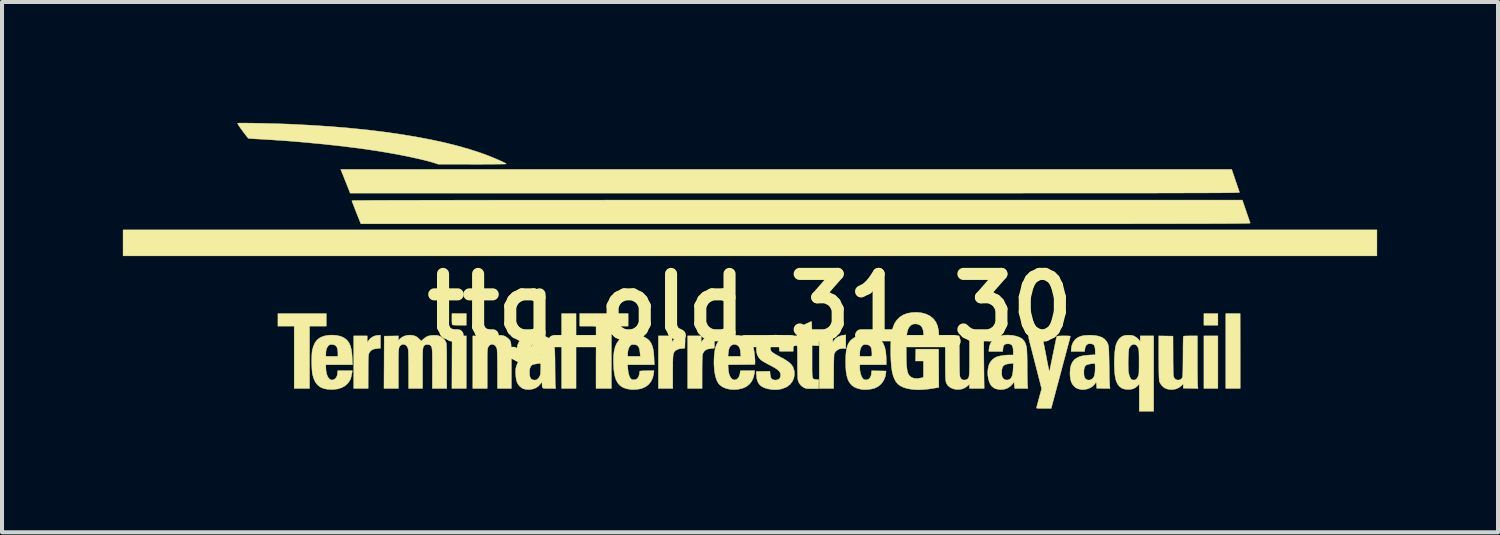
<source format=kicad_pcb>
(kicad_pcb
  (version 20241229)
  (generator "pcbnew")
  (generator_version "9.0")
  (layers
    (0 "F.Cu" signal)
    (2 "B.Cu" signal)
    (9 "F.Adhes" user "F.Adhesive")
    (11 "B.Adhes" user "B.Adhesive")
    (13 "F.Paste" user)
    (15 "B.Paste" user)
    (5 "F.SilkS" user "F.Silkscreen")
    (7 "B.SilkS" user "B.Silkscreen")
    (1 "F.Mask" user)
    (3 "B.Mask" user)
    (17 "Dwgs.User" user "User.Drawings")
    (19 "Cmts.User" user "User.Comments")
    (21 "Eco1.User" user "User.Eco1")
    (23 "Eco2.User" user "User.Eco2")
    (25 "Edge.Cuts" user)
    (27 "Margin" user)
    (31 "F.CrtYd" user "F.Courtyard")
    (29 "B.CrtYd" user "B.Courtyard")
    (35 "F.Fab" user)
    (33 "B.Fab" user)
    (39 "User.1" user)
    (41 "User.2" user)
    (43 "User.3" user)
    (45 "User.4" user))
  (footprint "ttg_old_31_30"
    (layer "F.Cu")
    (at 15.568 4.584)
    (property "Reference" "ttg_old_31_30" (at 0 0 0) (layer "F.SilkS") (effects (font (size 1.524 1.524) (thickness 0.3))))
    (attr through_hole)
    (fp_poly (pts (xy -7.043 2.009) (xy -7.4 2.009) (xy -7.395 0.71) (xy -7.043 0.704) (xy -7.043 2.009)) (stroke (width 0.01) (type solid)) (fill yes) (layer "F.SilkS"))
    (fp_poly (pts (xy -4.318 2.009) (xy -4.676 2.009) (xy -4.676 0.15) (xy -4.318 0.15) (xy -4.318 2.009)) (stroke (width 0.01) (type solid)) (fill yes) (layer "F.SilkS"))
    (fp_poly (pts (xy 11.615 0.439) (xy 11.268 0.439) (xy 11.268 0.15) (xy 11.615 0.15) (xy 11.615 0.439)) (stroke (width 0.01) (type solid)) (fill yes) (layer "F.SilkS"))
    (fp_poly (pts (xy 11.615 2.009) (xy 11.268 2.009) (xy 11.268 0.704) (xy 11.615 0.704) (xy 11.615 2.009)) (stroke (width 0.01) (type solid)) (fill yes) (layer "F.SilkS"))
    (fp_poly (pts (xy 15.563 -1.282) (xy -15.563 -1.282) (xy -15.563 -1.928) (xy 15.563 -1.928) (xy 15.563 -1.282)) (stroke (width 0.01) (type solid)) (fill yes) (layer "F.SilkS"))
    (fp_poly (pts (xy 12.169 1.079) (xy 12.169 2.009) (xy 11.811 2.009) (xy 11.811 0.15) (xy 12.168 0.15) (xy 12.169 1.079)) (stroke (width 0.01) (type solid)) (fill yes) (layer "F.SilkS"))
    (fp_poly (pts (xy -10.518 0.462) (xy -10.934 0.462) (xy -10.934 2.009) (xy -11.315 2.009) (xy -11.315 0.462) (xy -11.719 0.462) (xy -11.719 0.15) (xy -10.518 0.15) (xy -10.518 0.462)) (stroke (width 0.01) (type solid)) (fill yes) (layer "F.SilkS"))
    (fp_poly (pts (xy -7.043 0.439) (xy -7.215 0.439) (xy -7.282 0.438) (xy -7.33 0.437) (xy -7.362 0.435) (xy -7.381 0.431) (xy -7.391 0.425) (xy -7.394 0.42) (xy -7.396 0.402) (xy -7.399 0.366) (xy -7.4 0.318) (xy -7.4 0.276) (xy -7.399 0.15) (xy -7.043 0.15) (xy -7.043 0.439)) (stroke (width 0.01) (type solid)) (fill yes) (layer "F.SilkS"))
    (fp_poly (pts (xy -3.025 0.462) (xy -3.441 0.462) (xy -3.441 2.009) (xy -3.822 2.009) (xy -3.822 1.25) (xy -3.821 1.119) (xy -3.821 0.995) (xy -3.821 0.88) (xy -3.821 0.775) (xy -3.821 0.683) (xy -3.821 0.606) (xy -3.821 0.544) (xy -3.821 0.502) (xy -3.821 0.479) (xy -3.821 0.476) (xy -3.827 0.471) (xy -3.846 0.467) (xy -3.88 0.464) (xy -3.931 0.462) (xy -4.003 0.462) (xy -4.024 0.462) (xy -4.226 0.462) (xy -4.226 0.15) (xy -3.025 0.15) (xy -3.025 0.462)) (stroke (width 0.01) (type solid)) (fill yes) (layer "F.SilkS"))
    (fp_poly (pts (xy -9.173 1.01) (xy -9.255 1.018) (xy -9.329 1.029) (xy -9.385 1.051) (xy -9.426 1.085) (xy -9.455 1.133) (xy -9.462 1.151) (xy -9.467 1.169) (xy -9.47 1.197) (xy -9.473 1.237) (xy -9.475 1.29) (xy -9.477 1.36) (xy -9.478 1.449) (xy -9.478 1.557) (xy -9.478 1.602) (xy -9.479 2.009) (xy -9.837 2.009) (xy -9.837 0.704) (xy -9.502 0.704) (xy -9.502 0.869) (xy -9.464 0.813) (xy -9.414 0.758) (xy -9.349 0.717) (xy -9.275 0.694) (xy -9.236 0.69) (xy -9.173 0.687) (xy -9.173 1.01)) (stroke (width 0.01) (type solid)) (fill yes) (layer "F.SilkS"))
    (fp_poly (pts (xy 2.378 1.016) (xy 2.317 1.016) (xy 2.272 1.019) (xy 2.231 1.025) (xy 2.216 1.029) (xy 2.169 1.054) (xy 2.127 1.091) (xy 2.097 1.135) (xy 2.09 1.154) (xy 2.087 1.175) (xy 2.085 1.216) (xy 2.083 1.275) (xy 2.081 1.347) (xy 2.079 1.431) (xy 2.078 1.523) (xy 2.078 1.602) (xy 2.077 2.009) (xy 1.72 2.009) (xy 1.72 0.704) (xy 2.055 0.704) (xy 2.055 0.86) (xy 2.077 0.826) (xy 2.126 0.767) (xy 2.193 0.723) (xy 2.275 0.694) (xy 2.318 0.686) (xy 2.378 0.678) (xy 2.378 1.016)) (stroke (width 0.01) (type solid)) (fill yes) (layer "F.SilkS"))
    (fp_poly (pts (xy -0.901 0.686) (xy -0.89 0.702) (xy -0.885 0.732) (xy -0.883 0.779) (xy -0.883 0.846) (xy -0.883 1.01) (xy -0.965 1.018) (xy -1.039 1.029) (xy -1.095 1.051) (xy -1.136 1.085) (xy -1.165 1.133) (xy -1.172 1.151) (xy -1.177 1.169) (xy -1.181 1.197) (xy -1.183 1.237) (xy -1.186 1.29) (xy -1.187 1.36) (xy -1.188 1.449) (xy -1.189 1.557) (xy -1.189 1.602) (xy -1.189 2.009) (xy -1.547 2.009) (xy -1.547 0.704) (xy -1.212 0.704) (xy -1.212 0.788) (xy -1.212 0.872) (xy -1.183 0.824) (xy -1.141 0.773) (xy -1.082 0.73) (xy -1.015 0.7) (xy -0.986 0.692) (xy -0.947 0.685) (xy -0.919 0.682) (xy -0.901 0.686)) (stroke (width 0.01) (type solid)) (fill yes) (layer "F.SilkS"))
    (fp_poly (pts (xy -1.62 0.688) (xy -1.617 0.692) (xy -1.614 0.709) (xy -1.612 0.744) (xy -1.611 0.791) (xy -1.612 0.842) (xy -1.614 0.897) (xy -1.615 0.945) (xy -1.616 0.98) (xy -1.616 0.996) (xy -1.62 1.008) (xy -1.635 1.014) (xy -1.666 1.016) (xy -1.683 1.016) (xy -1.747 1.023) (xy -1.805 1.043) (xy -1.851 1.071) (xy -1.861 1.081) (xy -1.875 1.098) (xy -1.887 1.115) (xy -1.896 1.135) (xy -1.903 1.161) (xy -1.908 1.195) (xy -1.912 1.238) (xy -1.914 1.295) (xy -1.916 1.366) (xy -1.916 1.455) (xy -1.917 1.565) (xy -1.917 1.599) (xy -1.917 2.009) (xy -2.274 2.009) (xy -2.274 0.704) (xy -1.941 0.704) (xy -1.937 0.781) (xy -1.934 0.858) (xy -1.905 0.813) (xy -1.86 0.764) (xy -1.798 0.724) (xy -1.725 0.696) (xy -1.699 0.69) (xy -1.657 0.684) (xy -1.633 0.683) (xy -1.62 0.688)) (stroke (width 0.01) (type solid)) (fill yes) (layer "F.SilkS"))
    (fp_poly (pts (xy -6.235 0.688) (xy -6.164 0.691) (xy -6.109 0.702) (xy -6.063 0.724) (xy -6.017 0.757) (xy -6.01 0.763) (xy -5.991 0.78) (xy -5.975 0.795) (xy -5.962 0.812) (xy -5.951 0.831) (xy -5.942 0.854) (xy -5.936 0.885) (xy -5.931 0.925) (xy -5.928 0.976) (xy -5.925 1.039) (xy -5.924 1.118) (xy -5.923 1.214) (xy -5.923 1.329) (xy -5.923 1.452) (xy -5.923 2.009) (xy -6.269 2.009) (xy -6.269 1.548) (xy -6.27 1.422) (xy -6.27 1.31) (xy -6.272 1.214) (xy -6.274 1.136) (xy -6.277 1.077) (xy -6.28 1.039) (xy -6.282 1.028) (xy -6.302 0.976) (xy -6.333 0.939) (xy -6.371 0.918) (xy -6.412 0.913) (xy -6.451 0.927) (xy -6.485 0.958) (xy -6.504 0.993) (xy -6.509 1.007) (xy -6.513 1.025) (xy -6.516 1.05) (xy -6.518 1.083) (xy -6.52 1.127) (xy -6.522 1.185) (xy -6.522 1.257) (xy -6.523 1.347) (xy -6.523 1.457) (xy -6.523 1.524) (xy -6.523 2.009) (xy -6.881 2.009) (xy -6.881 0.704) (xy -6.705 0.707) (xy -6.529 0.71) (xy -6.525 0.765) (xy -6.522 0.82) (xy -6.493 0.786) (xy -6.467 0.762) (xy -6.429 0.736) (xy -6.399 0.719) (xy -6.361 0.703) (xy -6.328 0.693) (xy -6.29 0.688) (xy -6.238 0.688) (xy -6.235 0.688)) (stroke (width 0.01) (type solid)) (fill yes) (layer "F.SilkS"))
    (fp_poly (pts (xy 12.051 -3.155) (xy 12.077 -3.079) (xy 12.101 -3.009) (xy 12.121 -2.949) (xy 12.137 -2.902) (xy 12.148 -2.871) (xy 12.152 -2.86) (xy 12.152 -2.859) (xy 12.15 -2.858) (xy 12.146 -2.857) (xy 12.139 -2.856) (xy 12.13 -2.855) (xy 12.117 -2.854) (xy 12.1 -2.853) (xy 12.079 -2.853) (xy 12.053 -2.852) (xy 12.023 -2.851) (xy 11.986 -2.85) (xy 11.944 -2.85) (xy 11.896 -2.849) (xy 11.84 -2.848) (xy 11.777 -2.848) (xy 11.707 -2.847) (xy 11.628 -2.847) (xy 11.541 -2.846) (xy 11.445 -2.846) (xy 11.34 -2.845) (xy 11.225 -2.845) (xy 11.099 -2.844) (xy 10.963 -2.844) (xy 10.816 -2.844) (xy 10.657 -2.843) (xy 10.486 -2.843) (xy 10.303 -2.843) (xy 10.107 -2.842) (xy 9.898 -2.842) (xy 9.675 -2.842) (xy 9.438 -2.842) (xy 9.186 -2.841) (xy 8.92 -2.841) (xy 8.638 -2.841) (xy 8.34 -2.841) (xy 8.026 -2.841) (xy 7.695 -2.841) (xy 7.348 -2.841) (xy 6.982 -2.841) (xy 6.599 -2.84) (xy 6.197 -2.84) (xy 5.776 -2.84) (xy 5.337 -2.84) (xy 4.877 -2.84) (xy 4.397 -2.84) (xy 3.897 -2.84) (xy 3.376 -2.84) (xy 2.833 -2.84) (xy 2.269 -2.84) (xy 1.682 -2.84) (xy 1.118 -2.84) (xy -9.925 -2.84) (xy -10.027 -3.097) (xy -10.057 -3.171) (xy -10.084 -3.241) (xy -10.108 -3.301) (xy -10.128 -3.349) (xy -10.141 -3.381) (xy -10.145 -3.391) (xy -10.16 -3.429) (xy 11.958 -3.429) (xy 12.051 -3.155)) (stroke (width 0.01) (type solid)) (fill yes) (layer "F.SilkS"))
    (fp_poly (pts (xy 5.802 0.71) (xy 5.804 1.143) (xy 5.805 1.252) (xy 5.806 1.364) (xy 5.807 1.475) (xy 5.808 1.579) (xy 5.809 1.672) (xy 5.81 1.749) (xy 5.81 1.792) (xy 5.813 2.009) (xy 5.631 2.009) (xy 5.449 2.009) (xy 5.449 1.902) (xy 5.4 1.948) (xy 5.331 1.996) (xy 5.251 2.026) (xy 5.164 2.036) (xy 5.093 2.03) (xy 5.028 2.012) (xy 4.969 1.983) (xy 4.924 1.948) (xy 4.913 1.935) (xy 4.898 1.916) (xy 4.887 1.899) (xy 4.877 1.881) (xy 4.869 1.86) (xy 4.863 1.834) (xy 4.858 1.801) (xy 4.854 1.759) (xy 4.852 1.705) (xy 4.85 1.638) (xy 4.85 1.556) (xy 4.849 1.456) (xy 4.849 1.336) (xy 4.849 1.259) (xy 4.849 0.704) (xy 5.194 0.704) (xy 5.198 1.204) (xy 5.199 1.325) (xy 5.2 1.426) (xy 5.201 1.508) (xy 5.202 1.573) (xy 5.204 1.624) (xy 5.206 1.663) (xy 5.209 1.692) (xy 5.212 1.712) (xy 5.216 1.727) (xy 5.221 1.738) (xy 5.222 1.74) (xy 5.241 1.769) (xy 5.262 1.788) (xy 5.264 1.789) (xy 5.303 1.8) (xy 5.349 1.798) (xy 5.387 1.784) (xy 5.39 1.782) (xy 5.404 1.772) (xy 5.415 1.76) (xy 5.425 1.746) (xy 5.432 1.725) (xy 5.438 1.698) (xy 5.442 1.661) (xy 5.445 1.612) (xy 5.447 1.549) (xy 5.449 1.471) (xy 5.449 1.375) (xy 5.449 1.259) (xy 5.449 1.195) (xy 5.449 0.704) (xy 5.802 0.71)) (stroke (width 0.01) (type solid)) (fill yes) (layer "F.SilkS"))
    (fp_poly (pts (xy 10.501 0.71) (xy 10.503 1.172) (xy 10.503 1.275) (xy 10.504 1.373) (xy 10.505 1.462) (xy 10.506 1.54) (xy 10.507 1.604) (xy 10.509 1.652) (xy 10.51 1.68) (xy 10.51 1.684) (xy 10.525 1.737) (xy 10.555 1.776) (xy 10.599 1.798) (xy 10.63 1.801) (xy 10.68 1.792) (xy 10.716 1.764) (xy 10.737 1.726) (xy 10.74 1.708) (xy 10.742 1.67) (xy 10.744 1.614) (xy 10.746 1.543) (xy 10.747 1.459) (xy 10.748 1.364) (xy 10.749 1.262) (xy 10.749 1.217) (xy 10.75 1.114) (xy 10.75 1.017) (xy 10.751 0.93) (xy 10.752 0.854) (xy 10.753 0.793) (xy 10.755 0.749) (xy 10.756 0.725) (xy 10.757 0.721) (xy 10.763 0.714) (xy 10.78 0.709) (xy 10.81 0.706) (xy 10.856 0.705) (xy 10.922 0.704) (xy 10.935 0.704) (xy 11.107 0.704) (xy 11.107 1.296) (xy 11.107 1.413) (xy 11.107 1.525) (xy 11.108 1.628) (xy 11.109 1.722) (xy 11.11 1.803) (xy 11.111 1.869) (xy 11.113 1.917) (xy 11.114 1.945) (xy 11.114 1.949) (xy 11.122 2.01) (xy 10.755 2.003) (xy 10.755 1.949) (xy 10.755 1.895) (xy 10.705 1.945) (xy 10.644 1.992) (xy 10.569 2.023) (xy 10.486 2.037) (xy 10.401 2.032) (xy 10.357 2.022) (xy 10.315 2.007) (xy 10.305 2.003) (xy 10.259 1.972) (xy 10.215 1.926) (xy 10.18 1.875) (xy 10.161 1.831) (xy 10.158 1.803) (xy 10.155 1.753) (xy 10.152 1.68) (xy 10.15 1.584) (xy 10.149 1.465) (xy 10.149 1.323) (xy 10.148 1.241) (xy 10.148 0.704) (xy 10.501 0.71)) (stroke (width 0.01) (type solid)) (fill yes) (layer "F.SilkS"))
    (fp_poly (pts (xy -0.276 0.693) (xy -0.178 0.713) (xy -0.096 0.746) (xy -0.029 0.795) (xy 0.024 0.859) (xy 0.066 0.941) (xy 0.079 0.978) (xy 0.091 1.024) (xy 0.102 1.085) (xy 0.111 1.155) (xy 0.119 1.228) (xy 0.124 1.295) (xy 0.125 1.349) (xy 0.125 1.368) (xy 0.121 1.414) (xy -0.211 1.417) (xy -0.543 1.42) (xy -0.543 1.469) (xy -0.537 1.561) (xy -0.522 1.64) (xy -0.498 1.705) (xy -0.467 1.755) (xy -0.429 1.786) (xy -0.386 1.798) (xy -0.365 1.796) (xy -0.318 1.776) (xy -0.282 1.737) (xy -0.257 1.678) (xy -0.247 1.63) (xy -0.239 1.57) (xy 0.118 1.57) (xy 0.11 1.631) (xy 0.086 1.737) (xy 0.045 1.827) (xy -0.013 1.902) (xy -0.086 1.96) (xy -0.176 2.002) (xy -0.282 2.028) (xy -0.346 2.035) (xy -0.399 2.037) (xy -0.452 2.035) (xy -0.491 2.032) (xy -0.595 2.009) (xy -0.68 1.972) (xy -0.748 1.922) (xy -0.786 1.879) (xy -0.821 1.816) (xy -0.85 1.734) (xy -0.872 1.636) (xy -0.887 1.526) (xy -0.894 1.406) (xy -0.893 1.281) (xy -0.889 1.212) (xy -0.546 1.212) (xy -0.227 1.212) (xy -0.235 1.12) (xy -0.243 1.05) (xy -0.259 0.999) (xy -0.282 0.961) (xy -0.315 0.935) (xy -0.367 0.915) (xy -0.419 0.918) (xy -0.462 0.938) (xy -0.494 0.969) (xy -0.517 1.014) (xy -0.532 1.075) (xy -0.539 1.134) (xy -0.546 1.212) (xy -0.889 1.212) (xy -0.888 1.195) (xy -0.876 1.089) (xy -0.86 1.003) (xy -0.837 0.932) (xy -0.808 0.874) (xy -0.771 0.825) (xy -0.746 0.799) (xy -0.686 0.753) (xy -0.621 0.72) (xy -0.546 0.699) (xy -0.457 0.689) (xy -0.393 0.687) (xy -0.276 0.693)) (stroke (width 0.01) (type solid)) (fill yes) (layer "F.SilkS"))
    (fp_poly (pts (xy -2.761 0.693) (xy -2.671 0.714) (xy -2.628 0.731) (xy -2.56 0.769) (xy -2.504 0.816) (xy -2.461 0.875) (xy -2.428 0.947) (xy -2.404 1.034) (xy -2.389 1.14) (xy -2.382 1.25) (xy -2.375 1.42) (xy -3.04 1.42) (xy -3.033 1.515) (xy -3.022 1.607) (xy -3.003 1.683) (xy -2.978 1.741) (xy -2.962 1.763) (xy -2.939 1.785) (xy -2.911 1.794) (xy -2.883 1.795) (xy -2.831 1.786) (xy -2.79 1.756) (xy -2.761 1.707) (xy -2.743 1.637) (xy -2.737 1.585) (xy -2.731 1.579) (xy -2.711 1.575) (xy -2.675 1.572) (xy -2.62 1.571) (xy -2.559 1.57) (xy -2.382 1.57) (xy -2.393 1.648) (xy -2.416 1.749) (xy -2.458 1.837) (xy -2.517 1.91) (xy -2.592 1.967) (xy -2.682 2.007) (xy -2.702 2.013) (xy -2.761 2.025) (xy -2.831 2.033) (xy -2.901 2.037) (xy -2.95 2.035) (xy -3.058 2.018) (xy -3.148 1.987) (xy -3.222 1.94) (xy -3.28 1.877) (xy -3.325 1.797) (xy -3.352 1.714) (xy -3.37 1.627) (xy -3.382 1.525) (xy -3.388 1.414) (xy -3.39 1.301) (xy -3.385 1.193) (xy -3.382 1.161) (xy -3.036 1.161) (xy -3.036 1.212) (xy -2.722 1.212) (xy -2.73 1.123) (xy -2.741 1.046) (xy -2.759 0.989) (xy -2.786 0.951) (xy -2.822 0.928) (xy -2.871 0.918) (xy -2.89 0.918) (xy -2.927 0.92) (xy -2.952 0.93) (xy -2.976 0.952) (xy -2.978 0.954) (xy -3.006 0.999) (xy -3.026 1.06) (xy -3.036 1.131) (xy -3.036 1.161) (xy -3.382 1.161) (xy -3.375 1.097) (xy -3.371 1.073) (xy -3.343 0.964) (xy -3.3 0.874) (xy -3.244 0.801) (xy -3.174 0.747) (xy -3.14 0.73) (xy -3.057 0.703) (xy -2.961 0.688) (xy -2.86 0.684) (xy -2.761 0.693)) (stroke (width 0.01) (type solid)) (fill yes) (layer "F.SilkS"))
    (fp_poly (pts (xy -10.265 0.692) (xy -10.175 0.711) (xy -10.121 0.731) (xy -10.053 0.769) (xy -9.998 0.817) (xy -9.954 0.876) (xy -9.921 0.948) (xy -9.897 1.037) (xy -9.882 1.143) (xy -9.875 1.25) (xy -9.868 1.42) (xy -10.529 1.42) (xy -10.529 1.489) (xy -10.524 1.571) (xy -10.51 1.646) (xy -10.487 1.709) (xy -10.458 1.756) (xy -10.426 1.784) (xy -10.387 1.799) (xy -10.353 1.797) (xy -10.313 1.778) (xy -10.312 1.778) (xy -10.273 1.741) (xy -10.248 1.686) (xy -10.239 1.624) (xy -10.235 1.57) (xy -10.053 1.57) (xy -9.872 1.57) (xy -9.878 1.608) (xy -9.891 1.676) (xy -9.902 1.727) (xy -9.914 1.766) (xy -9.927 1.797) (xy -9.928 1.8) (xy -9.981 1.879) (xy -10.05 1.942) (xy -10.135 1.99) (xy -10.233 2.021) (xy -10.344 2.035) (xy -10.466 2.032) (xy -10.495 2.029) (xy -10.591 2.008) (xy -10.672 1.971) (xy -10.738 1.918) (xy -10.792 1.847) (xy -10.833 1.757) (xy -10.861 1.654) (xy -10.868 1.603) (xy -10.874 1.534) (xy -10.878 1.454) (xy -10.88 1.367) (xy -10.88 1.281) (xy -10.878 1.212) (xy -10.529 1.212) (xy -10.229 1.212) (xy -10.23 1.129) (xy -10.236 1.05) (xy -10.252 0.991) (xy -10.28 0.951) (xy -10.32 0.927) (xy -10.374 0.918) (xy -10.381 0.918) (xy -10.419 0.92) (xy -10.444 0.929) (xy -10.467 0.949) (xy -10.472 0.955) (xy -10.504 1.004) (xy -10.523 1.066) (xy -10.529 1.144) (xy -10.529 1.146) (xy -10.529 1.212) (xy -10.878 1.212) (xy -10.878 1.199) (xy -10.874 1.128) (xy -10.868 1.073) (xy -10.866 1.063) (xy -10.838 0.96) (xy -10.8 0.875) (xy -10.749 0.808) (xy -10.686 0.757) (xy -10.639 0.732) (xy -10.558 0.704) (xy -10.464 0.688) (xy -10.364 0.684) (xy -10.265 0.692)) (stroke (width 0.01) (type solid)) (fill yes) (layer "F.SilkS"))
    (fp_poly (pts (xy -12.545 -4.579) (xy -12.46 -4.578) (xy -12.364 -4.577) (xy -12.258 -4.575) (xy -12.144 -4.573) (xy -12.025 -4.57) (xy -11.903 -4.567) (xy -11.78 -4.564) (xy -11.659 -4.56) (xy -11.542 -4.556) (xy -11.43 -4.552) (xy -11.343 -4.548) (xy -10.862 -4.523) (xy -10.394 -4.492) (xy -9.942 -4.454) (xy -9.506 -4.41) (xy -9.087 -4.359) (xy -8.686 -4.302) (xy -8.302 -4.239) (xy -7.938 -4.17) (xy -7.593 -4.096) (xy -7.268 -4.015) (xy -6.965 -3.929) (xy -6.703 -3.844) (xy -6.627 -3.817) (xy -6.546 -3.787) (xy -6.462 -3.754) (xy -6.379 -3.721) (xy -6.3 -3.688) (xy -6.227 -3.656) (xy -6.163 -3.627) (xy -6.11 -3.602) (xy -6.073 -3.582) (xy -6.053 -3.569) (xy -6.05 -3.565) (xy -6.061 -3.563) (xy -6.094 -3.562) (xy -6.146 -3.561) (xy -6.215 -3.56) (xy -6.301 -3.559) (xy -6.4 -3.558) (xy -6.512 -3.558) (xy -6.635 -3.557) (xy -6.766 -3.557) (xy -6.896 -3.557) (xy -7.741 -3.558) (xy -7.828 -3.587) (xy -7.924 -3.616) (xy -8.041 -3.648) (xy -8.175 -3.68) (xy -8.325 -3.714) (xy -8.486 -3.749) (xy -8.658 -3.783) (xy -8.837 -3.817) (xy -9.02 -3.849) (xy -9.205 -3.88) (xy -9.389 -3.908) (xy -9.542 -3.931) (xy -9.912 -3.979) (xy -10.297 -4.025) (xy -10.693 -4.066) (xy -11.091 -4.104) (xy -11.486 -4.136) (xy -11.871 -4.163) (xy -12.175 -4.181) (xy -12.251 -4.185) (xy -12.32 -4.189) (xy -12.378 -4.193) (xy -12.422 -4.197) (xy -12.448 -4.2) (xy -12.454 -4.201) (xy -12.464 -4.212) (xy -12.486 -4.239) (xy -12.517 -4.279) (xy -12.555 -4.328) (xy -12.596 -4.383) (xy -12.599 -4.387) (xy -12.65 -4.457) (xy -12.687 -4.512) (xy -12.71 -4.55) (xy -12.719 -4.571) (xy -12.718 -4.575) (xy -12.704 -4.577) (xy -12.669 -4.579) (xy -12.615 -4.579) (xy -12.545 -4.579)) (stroke (width 0.01) (type solid)) (fill yes) (layer "F.SilkS"))
    (fp_poly (pts (xy 4.262 0.132) (xy 4.369 0.162) (xy 4.465 0.208) (xy 4.478 0.217) (xy 4.554 0.281) (xy 4.614 0.36) (xy 4.655 0.454) (xy 4.679 0.563) (xy 4.685 0.621) (xy 4.691 0.727) (xy 4.501 0.727) (xy 4.312 0.727) (xy 4.31 0.656) (xy 4.3 0.571) (xy 4.278 0.505) (xy 4.244 0.456) (xy 4.196 0.425) (xy 4.191 0.423) (xy 4.122 0.406) (xy 4.058 0.41) (xy 4.002 0.435) (xy 3.956 0.479) (xy 3.922 0.541) (xy 3.913 0.569) (xy 3.903 0.61) (xy 3.895 0.652) (xy 3.889 0.698) (xy 3.885 0.752) (xy 3.882 0.818) (xy 3.88 0.897) (xy 3.879 0.994) (xy 3.879 1.08) (xy 3.88 1.212) (xy 3.882 1.323) (xy 3.886 1.416) (xy 3.893 1.492) (xy 3.901 1.554) (xy 3.913 1.604) (xy 3.927 1.644) (xy 3.945 1.676) (xy 3.967 1.702) (xy 3.97 1.705) (xy 4.02 1.74) (xy 4.085 1.759) (xy 4.159 1.763) (xy 4.24 1.75) (xy 4.269 1.742) (xy 4.306 1.73) (xy 4.306 1.328) (xy 4.109 1.328) (xy 4.113 1.181) (xy 4.116 1.033) (xy 4.682 1.033) (xy 4.688 1.982) (xy 4.575 2.002) (xy 4.428 2.024) (xy 4.298 2.037) (xy 4.18 2.041) (xy 4.071 2.036) (xy 3.977 2.025) (xy 3.884 2.006) (xy 3.803 1.98) (xy 3.733 1.945) (xy 3.673 1.9) (xy 3.624 1.843) (xy 3.584 1.773) (xy 3.552 1.688) (xy 3.528 1.588) (xy 3.511 1.47) (xy 3.5 1.333) (xy 3.494 1.176) (xy 3.493 1.079) (xy 3.494 0.957) (xy 3.497 0.853) (xy 3.502 0.763) (xy 3.51 0.685) (xy 3.521 0.613) (xy 3.536 0.544) (xy 3.545 0.509) (xy 3.584 0.404) (xy 3.641 0.315) (xy 3.713 0.242) (xy 3.8 0.185) (xy 3.902 0.146) (xy 3.907 0.145) (xy 4.027 0.123) (xy 4.146 0.119) (xy 4.262 0.132)) (stroke (width 0.01) (type solid)) (fill yes) (layer "F.SilkS"))
    (fp_poly (pts (xy 7.854 0.704) (xy 7.9 0.705) (xy 7.93 0.707) (xy 7.946 0.711) (xy 7.952 0.716) (xy 7.952 0.724) (xy 7.952 0.724) (xy 7.948 0.739) (xy 7.939 0.773) (xy 7.925 0.827) (xy 7.906 0.897) (xy 7.883 0.983) (xy 7.856 1.083) (xy 7.827 1.195) (xy 7.794 1.316) (xy 7.759 1.447) (xy 7.723 1.584) (xy 7.712 1.625) (xy 7.477 2.505) (xy 7.295 2.505) (xy 7.224 2.505) (xy 7.168 2.503) (xy 7.131 2.5) (xy 7.113 2.495) (xy 7.112 2.494) (xy 7.115 2.48) (xy 7.123 2.447) (xy 7.136 2.399) (xy 7.152 2.339) (xy 7.17 2.27) (xy 7.176 2.249) (xy 7.24 2.016) (xy 7.21 1.9) (xy 7.2 1.859) (xy 7.185 1.8) (xy 7.166 1.727) (xy 7.144 1.642) (xy 7.121 1.551) (xy 7.097 1.457) (xy 7.087 1.42) (xy 7.062 1.322) (xy 7.037 1.222) (xy 7.012 1.126) (xy 6.989 1.036) (xy 6.969 0.959) (xy 6.953 0.898) (xy 6.95 0.885) (xy 6.932 0.815) (xy 6.921 0.765) (xy 6.916 0.732) (xy 6.916 0.714) (xy 6.92 0.709) (xy 6.936 0.707) (xy 6.971 0.706) (xy 7.019 0.706) (xy 7.077 0.706) (xy 7.095 0.707) (xy 7.256 0.71) (xy 7.343 1.158) (xy 7.362 1.256) (xy 7.379 1.346) (xy 7.395 1.426) (xy 7.409 1.493) (xy 7.42 1.545) (xy 7.428 1.581) (xy 7.432 1.596) (xy 7.432 1.597) (xy 7.435 1.584) (xy 7.442 1.551) (xy 7.452 1.5) (xy 7.466 1.434) (xy 7.482 1.356) (xy 7.5 1.268) (xy 7.519 1.172) (xy 7.522 1.16) (xy 7.542 1.064) (xy 7.56 0.974) (xy 7.576 0.894) (xy 7.591 0.826) (xy 7.602 0.772) (xy 7.61 0.736) (xy 7.614 0.719) (xy 7.614 0.719) (xy 7.623 0.713) (xy 7.647 0.708) (xy 7.687 0.706) (xy 7.748 0.704) (xy 7.788 0.704) (xy 7.854 0.704)) (stroke (width 0.01) (type solid)) (fill yes) (layer "F.SilkS"))
    (fp_poly (pts (xy 2.926 0.685) (xy 3.034 0.7) (xy 3.125 0.728) (xy 3.201 0.77) (xy 3.263 0.827) (xy 3.312 0.9) (xy 3.347 0.99) (xy 3.37 1.099) (xy 3.381 1.227) (xy 3.383 1.302) (xy 3.383 1.42) (xy 2.725 1.42) (xy 2.725 1.492) (xy 2.73 1.572) (xy 2.745 1.645) (xy 2.767 1.708) (xy 2.795 1.757) (xy 2.828 1.787) (xy 2.829 1.787) (xy 2.861 1.796) (xy 2.897 1.796) (xy 2.946 1.778) (xy 2.982 1.741) (xy 3.006 1.686) (xy 3.016 1.619) (xy 3.019 1.57) (xy 3.198 1.573) (xy 3.377 1.576) (xy 3.374 1.622) (xy 3.356 1.72) (xy 3.319 1.809) (xy 3.265 1.886) (xy 3.196 1.949) (xy 3.114 1.995) (xy 3.078 2.008) (xy 3.014 2.023) (xy 2.94 2.033) (xy 2.866 2.038) (xy 2.8 2.036) (xy 2.771 2.033) (xy 2.673 2.009) (xy 2.594 1.977) (xy 2.532 1.934) (xy 2.483 1.881) (xy 2.447 1.823) (xy 2.419 1.755) (xy 2.399 1.676) (xy 2.384 1.583) (xy 2.377 1.472) (xy 2.374 1.342) (xy 2.374 1.339) (xy 2.377 1.215) (xy 2.377 1.212) (xy 2.725 1.212) (xy 2.875 1.212) (xy 2.936 1.212) (xy 2.979 1.211) (xy 3.005 1.208) (xy 3.02 1.204) (xy 3.025 1.197) (xy 3.026 1.192) (xy 3.027 1.143) (xy 3.024 1.09) (xy 3.018 1.04) (xy 3.01 1.003) (xy 3.007 0.997) (xy 2.978 0.954) (xy 2.933 0.927) (xy 2.873 0.918) (xy 2.871 0.918) (xy 2.834 0.92) (xy 2.809 0.93) (xy 2.785 0.952) (xy 2.782 0.955) (xy 2.75 1.004) (xy 2.731 1.066) (xy 2.725 1.144) (xy 2.725 1.146) (xy 2.725 1.212) (xy 2.377 1.212) (xy 2.385 1.112) (xy 2.398 1.025) (xy 2.418 0.952) (xy 2.445 0.891) (xy 2.48 0.839) (xy 2.509 0.807) (xy 2.578 0.753) (xy 2.663 0.714) (xy 2.761 0.69) (xy 2.871 0.683) (xy 2.926 0.685)) (stroke (width 0.01) (type solid)) (fill yes) (layer "F.SilkS"))
    (fp_poly (pts (xy 9.449 0.688) (xy 9.486 0.692) (xy 9.516 0.701) (xy 9.549 0.716) (xy 9.559 0.722) (xy 9.599 0.749) (xy 9.637 0.781) (xy 9.654 0.801) (xy 9.687 0.846) (xy 9.687 0.704) (xy 10.021 0.704) (xy 10.021 2.575) (xy 9.664 2.575) (xy 9.663 2.237) (xy 9.663 1.899) (xy 9.623 1.941) (xy 9.567 1.99) (xy 9.503 2.02) (xy 9.427 2.033) (xy 9.388 2.035) (xy 9.301 2.026) (xy 9.228 2.001) (xy 9.169 1.957) (xy 9.122 1.895) (xy 9.087 1.813) (xy 9.069 1.739) (xy 9.057 1.658) (xy 9.049 1.564) (xy 9.045 1.461) (xy 9.044 1.379) (xy 9.388 1.379) (xy 9.389 1.454) (xy 9.39 1.52) (xy 9.393 1.574) (xy 9.397 1.603) (xy 9.411 1.67) (xy 9.431 1.727) (xy 9.455 1.769) (xy 9.476 1.789) (xy 9.511 1.799) (xy 9.55 1.798) (xy 9.582 1.787) (xy 9.589 1.781) (xy 9.606 1.759) (xy 9.626 1.725) (xy 9.634 1.709) (xy 9.641 1.692) (xy 9.647 1.674) (xy 9.651 1.652) (xy 9.654 1.623) (xy 9.656 1.583) (xy 9.657 1.531) (xy 9.658 1.462) (xy 9.658 1.374) (xy 9.658 1.357) (xy 9.658 1.263) (xy 9.657 1.19) (xy 9.656 1.133) (xy 9.654 1.09) (xy 9.651 1.058) (xy 9.646 1.033) (xy 9.641 1.012) (xy 9.637 1.001) (xy 9.609 0.953) (xy 9.572 0.924) (xy 9.531 0.914) (xy 9.489 0.922) (xy 9.451 0.949) (xy 9.42 0.993) (xy 9.41 1.016) (xy 9.404 1.045) (xy 9.399 1.092) (xy 9.395 1.154) (xy 9.392 1.225) (xy 9.389 1.302) (xy 9.388 1.379) (xy 9.044 1.379) (xy 9.044 1.353) (xy 9.046 1.245) (xy 9.052 1.142) (xy 9.062 1.049) (xy 9.074 0.971) (xy 9.086 0.921) (xy 9.12 0.841) (xy 9.167 0.774) (xy 9.224 0.726) (xy 9.245 0.714) (xy 9.279 0.7) (xy 9.315 0.691) (xy 9.36 0.688) (xy 9.398 0.687) (xy 9.449 0.688)) (stroke (width 0.01) (type solid)) (fill yes) (layer "F.SilkS"))
    (fp_poly (pts (xy -8.343 0.698) (xy -8.292 0.717) (xy -8.246 0.748) (xy -8.218 0.774) (xy -8.159 0.831) (xy -8.108 0.784) (xy -8.05 0.738) (xy -7.989 0.708) (xy -7.919 0.693) (xy -7.851 0.688) (xy -7.798 0.689) (xy -7.76 0.692) (xy -7.728 0.701) (xy -7.691 0.717) (xy -7.687 0.719) (xy -7.619 0.763) (xy -7.569 0.817) (xy -7.541 0.877) (xy -7.537 0.899) (xy -7.534 0.94) (xy -7.532 1.002) (xy -7.53 1.083) (xy -7.529 1.186) (xy -7.528 1.311) (xy -7.528 1.458) (xy -7.528 1.465) (xy -7.528 2.009) (xy -7.886 2.009) (xy -7.885 1.52) (xy -7.885 1.394) (xy -7.885 1.289) (xy -7.886 1.203) (xy -7.887 1.133) (xy -7.889 1.078) (xy -7.893 1.036) (xy -7.898 1.004) (xy -7.904 0.981) (xy -7.912 0.963) (xy -7.922 0.95) (xy -7.934 0.938) (xy -7.937 0.935) (xy -7.962 0.924) (xy -7.997 0.918) (xy -8.007 0.918) (xy -8.043 0.922) (xy -8.071 0.932) (xy -8.076 0.935) (xy -8.088 0.946) (xy -8.099 0.959) (xy -8.107 0.975) (xy -8.114 0.996) (xy -8.119 1.026) (xy -8.123 1.065) (xy -8.125 1.116) (xy -8.127 1.181) (xy -8.128 1.262) (xy -8.128 1.362) (xy -8.128 1.481) (xy -8.128 1.519) (xy -8.128 2.009) (xy -8.474 2.009) (xy -8.474 1.548) (xy -8.475 1.422) (xy -8.476 1.31) (xy -8.477 1.214) (xy -8.479 1.136) (xy -8.482 1.077) (xy -8.485 1.039) (xy -8.487 1.028) (xy -8.507 0.976) (xy -8.538 0.939) (xy -8.576 0.918) (xy -8.617 0.913) (xy -8.656 0.927) (xy -8.691 0.958) (xy -8.71 0.993) (xy -8.714 1.007) (xy -8.718 1.025) (xy -8.721 1.05) (xy -8.724 1.083) (xy -8.725 1.127) (xy -8.727 1.185) (xy -8.728 1.257) (xy -8.728 1.347) (xy -8.728 1.457) (xy -8.728 1.524) (xy -8.728 2.009) (xy -9.086 2.009) (xy -9.083 1.359) (xy -9.081 0.71) (xy -8.904 0.707) (xy -8.728 0.704) (xy -8.728 0.821) (xy -8.694 0.781) (xy -8.641 0.738) (xy -8.574 0.706) (xy -8.498 0.688) (xy -8.419 0.685) (xy -8.343 0.698)) (stroke (width 0.01) (type solid)) (fill yes) (layer "F.SilkS"))
    (fp_poly (pts (xy 6.507 0.691) (xy 6.602 0.709) (xy 6.686 0.737) (xy 6.753 0.774) (xy 6.802 0.823) (xy 6.839 0.892) (xy 6.864 0.979) (xy 6.869 1.004) (xy 6.872 1.034) (xy 6.874 1.083) (xy 6.877 1.149) (xy 6.879 1.228) (xy 6.881 1.316) (xy 6.882 1.411) (xy 6.882 1.478) (xy 6.882 1.575) (xy 6.883 1.667) (xy 6.885 1.752) (xy 6.886 1.825) (xy 6.888 1.884) (xy 6.89 1.926) (xy 6.891 1.943) (xy 6.9 2.009) (xy 6.572 2.009) (xy 6.555 1.847) (xy 6.523 1.892) (xy 6.462 1.957) (xy 6.389 2.003) (xy 6.307 2.031) (xy 6.218 2.038) (xy 6.16 2.031) (xy 6.101 2.017) (xy 6.056 1.996) (xy 6.015 1.966) (xy 6.012 1.964) (xy 5.972 1.915) (xy 5.94 1.848) (xy 5.917 1.77) (xy 5.904 1.684) (xy 5.902 1.594) (xy 5.902 1.589) (xy 6.247 1.589) (xy 6.248 1.65) (xy 6.255 1.704) (xy 6.262 1.725) (xy 6.291 1.769) (xy 6.333 1.794) (xy 6.382 1.801) (xy 6.435 1.788) (xy 6.442 1.784) (xy 6.475 1.758) (xy 6.499 1.719) (xy 6.517 1.662) (xy 6.528 1.587) (xy 6.532 1.522) (xy 6.538 1.383) (xy 6.458 1.392) (xy 6.388 1.402) (xy 6.336 1.417) (xy 6.3 1.439) (xy 6.275 1.469) (xy 6.268 1.483) (xy 6.254 1.53) (xy 6.247 1.589) (xy 5.902 1.589) (xy 5.911 1.507) (xy 5.931 1.426) (xy 5.934 1.417) (xy 5.97 1.349) (xy 6.022 1.289) (xy 6.083 1.244) (xy 6.104 1.233) (xy 6.167 1.212) (xy 6.246 1.195) (xy 6.333 1.183) (xy 6.423 1.178) (xy 6.434 1.178) (xy 6.535 1.178) (xy 6.535 1.1) (xy 6.531 1.025) (xy 6.52 0.971) (xy 6.5 0.933) (xy 6.468 0.911) (xy 6.424 0.901) (xy 6.399 0.901) (xy 6.351 0.905) (xy 6.317 0.921) (xy 6.295 0.951) (xy 6.282 0.998) (xy 6.278 1.045) (xy 6.275 1.091) (xy 5.929 1.091) (xy 5.932 1.039) (xy 5.947 0.95) (xy 5.98 0.871) (xy 6.027 0.803) (xy 6.087 0.752) (xy 6.128 0.73) (xy 6.212 0.703) (xy 6.307 0.687) (xy 6.407 0.683) (xy 6.507 0.691)) (stroke (width 0.01) (type solid)) (fill yes) (layer "F.SilkS"))
    (fp_poly (pts (xy 12.316 -2.393) (xy 12.342 -2.317) (xy 12.366 -2.247) (xy 12.387 -2.187) (xy 12.403 -2.14) (xy 12.414 -2.109) (xy 12.418 -2.098) (xy 12.417 -2.097) (xy 12.415 -2.096) (xy 12.411 -2.095) (xy 12.405 -2.094) (xy 12.395 -2.093) (xy 12.382 -2.092) (xy 12.366 -2.091) (xy 12.345 -2.091) (xy 12.319 -2.09) (xy 12.288 -2.089) (xy 12.252 -2.088) (xy 12.21 -2.088) (xy 12.161 -2.087) (xy 12.106 -2.086) (xy 12.043 -2.086) (xy 11.973 -2.085) (xy 11.894 -2.085) (xy 11.807 -2.084) (xy 11.711 -2.084) (xy 11.606 -2.083) (xy 11.49 -2.083) (xy 11.365 -2.082) (xy 11.229 -2.082) (xy 11.082 -2.082) (xy 10.923 -2.081) (xy 10.752 -2.081) (xy 10.569 -2.081) (xy 10.373 -2.08) (xy 10.164 -2.08) (xy 9.941 -2.08) (xy 9.704 -2.08) (xy 9.452 -2.079) (xy 9.185 -2.079) (xy 8.904 -2.079) (xy 8.606 -2.079) (xy 8.292 -2.079) (xy 7.961 -2.079) (xy 7.613 -2.079) (xy 7.248 -2.079) (xy 6.864 -2.078) (xy 6.463 -2.078) (xy 6.042 -2.078) (xy 5.602 -2.078) (xy 5.143 -2.078) (xy 4.663 -2.078) (xy 4.163 -2.078) (xy 3.642 -2.078) (xy 3.099 -2.078) (xy 2.535 -2.078) (xy 1.948 -2.078) (xy 1.383 -2.078) (xy -9.66 -2.078) (xy -9.772 -2.358) (xy -9.801 -2.434) (xy -9.828 -2.503) (xy -9.851 -2.563) (xy -9.869 -2.609) (xy -9.88 -2.641) (xy -9.883 -2.653) (xy -9.879 -2.653) (xy -9.867 -2.654) (xy -9.846 -2.655) (xy -9.816 -2.656) (xy -9.777 -2.656) (xy -9.729 -2.657) (xy -9.67 -2.658) (xy -9.601 -2.658) (xy -9.521 -2.659) (xy -9.43 -2.66) (xy -9.328 -2.66) (xy -9.213 -2.661) (xy -9.087 -2.661) (xy -8.947 -2.662) (xy -8.795 -2.662) (xy -8.629 -2.662) (xy -8.45 -2.663) (xy -8.257 -2.663) (xy -8.049 -2.664) (xy -7.826 -2.664) (xy -7.588 -2.664) (xy -7.335 -2.665) (xy -7.065 -2.665) (xy -6.779 -2.665) (xy -6.477 -2.665) (xy -6.157 -2.666) (xy -5.82 -2.666) (xy -5.466 -2.666) (xy -5.093 -2.666) (xy -4.701 -2.666) (xy -4.291 -2.666) (xy -3.862 -2.666) (xy -3.412 -2.667) (xy -2.943 -2.667) (xy -2.454 -2.667) (xy -1.943 -2.667) (xy -1.412 -2.667) (xy -0.859 -2.667) (xy -0.284 -2.667) (xy 0.312 -2.667) (xy 0.932 -2.667) (xy 1.17 -2.667) (xy 12.223 -2.667) (xy 12.316 -2.393)) (stroke (width 0.01) (type solid)) (fill yes) (layer "F.SilkS"))
    (fp_poly (pts (xy 8.557 0.693) (xy 8.655 0.711) (xy 8.736 0.74) (xy 8.8 0.783) (xy 8.85 0.838) (xy 8.879 0.891) (xy 8.885 0.907) (xy 8.891 0.922) (xy 8.896 0.939) (xy 8.9 0.96) (xy 8.903 0.986) (xy 8.906 1.02) (xy 8.908 1.064) (xy 8.91 1.12) (xy 8.912 1.19) (xy 8.914 1.276) (xy 8.916 1.38) (xy 8.918 1.504) (xy 8.919 1.564) (xy 8.92 1.655) (xy 8.922 1.74) (xy 8.924 1.817) (xy 8.927 1.881) (xy 8.929 1.93) (xy 8.931 1.96) (xy 8.932 1.966) (xy 8.939 2.009) (xy 8.77 2.009) (xy 8.711 2.008) (xy 8.661 2.007) (xy 8.624 2.005) (xy 8.605 2.002) (xy 8.603 2) (xy 8.604 1.976) (xy 8.604 1.942) (xy 8.601 1.907) (xy 8.598 1.877) (xy 8.594 1.86) (xy 8.593 1.859) (xy 8.582 1.868) (xy 8.564 1.89) (xy 8.559 1.898) (xy 8.514 1.949) (xy 8.452 1.99) (xy 8.381 2.02) (xy 8.305 2.036) (xy 8.231 2.037) (xy 8.22 2.035) (xy 8.153 2.02) (xy 8.1 1.998) (xy 8.057 1.966) (xy 8.011 1.915) (xy 7.978 1.856) (xy 7.957 1.784) (xy 7.946 1.697) (xy 7.943 1.626) (xy 7.945 1.603) (xy 8.288 1.603) (xy 8.29 1.668) (xy 8.298 1.715) (xy 8.314 1.75) (xy 8.337 1.777) (xy 8.375 1.797) (xy 8.42 1.802) (xy 8.466 1.79) (xy 8.495 1.772) (xy 8.524 1.742) (xy 8.544 1.705) (xy 8.558 1.657) (xy 8.565 1.593) (xy 8.568 1.525) (xy 8.568 1.472) (xy 8.567 1.429) (xy 8.565 1.4) (xy 8.563 1.39) (xy 8.548 1.388) (xy 8.517 1.39) (xy 8.477 1.395) (xy 8.433 1.403) (xy 8.393 1.412) (xy 8.362 1.421) (xy 8.351 1.426) (xy 8.319 1.457) (xy 8.299 1.501) (xy 8.289 1.562) (xy 8.288 1.603) (xy 7.945 1.603) (xy 7.95 1.517) (xy 7.971 1.426) (xy 8.007 1.351) (xy 8.058 1.29) (xy 8.124 1.245) (xy 8.175 1.222) (xy 8.231 1.204) (xy 8.297 1.192) (xy 8.379 1.183) (xy 8.436 1.179) (xy 8.571 1.172) (xy 8.57 1.081) (xy 8.566 1.012) (xy 8.555 0.962) (xy 8.536 0.928) (xy 8.505 0.908) (xy 8.462 0.9) (xy 8.447 0.899) (xy 8.396 0.903) (xy 8.359 0.923) (xy 8.333 0.959) (xy 8.317 1.013) (xy 8.311 1.056) (xy 8.307 1.091) (xy 7.972 1.091) (xy 7.975 1.022) (xy 7.988 0.944) (xy 8.017 0.871) (xy 8.06 0.808) (xy 8.103 0.768) (xy 8.157 0.735) (xy 8.216 0.711) (xy 8.285 0.696) (xy 8.368 0.689) (xy 8.44 0.687) (xy 8.557 0.693)) (stroke (width 0.01) (type solid)) (fill yes) (layer "F.SilkS"))
    (fp_poly (pts (xy -5.203 0.694) (xy -5.104 0.712) (xy -5.022 0.743) (xy -4.957 0.788) (xy -4.907 0.847) (xy -4.873 0.921) (xy -4.852 1.011) (xy -4.85 1.025) (xy -4.847 1.055) (xy -4.845 1.105) (xy -4.843 1.171) (xy -4.841 1.251) (xy -4.84 1.34) (xy -4.839 1.435) (xy -4.839 1.501) (xy -4.838 1.597) (xy -4.837 1.688) (xy -4.836 1.771) (xy -4.835 1.843) (xy -4.833 1.899) (xy -4.831 1.939) (xy -4.83 1.954) (xy -4.823 2.009) (xy -4.985 2.009) (xy -5.052 2.009) (xy -5.099 2.007) (xy -5.13 2.002) (xy -5.149 1.992) (xy -5.158 1.974) (xy -5.16 1.947) (xy -5.161 1.909) (xy -5.161 1.908) (xy -5.163 1.878) (xy -5.167 1.861) (xy -5.169 1.859) (xy -5.181 1.868) (xy -5.198 1.89) (xy -5.204 1.898) (xy -5.252 1.952) (xy -5.316 1.995) (xy -5.392 2.023) (xy -5.475 2.036) (xy -5.56 2.032) (xy -5.566 2.032) (xy -5.632 2.014) (xy -5.686 1.982) (xy -5.731 1.939) (xy -5.763 1.894) (xy -5.786 1.846) (xy -5.802 1.788) (xy -5.812 1.717) (xy -5.816 1.654) (xy -5.817 1.61) (xy -5.475 1.61) (xy -5.47 1.685) (xy -5.455 1.74) (xy -5.429 1.776) (xy -5.391 1.796) (xy -5.35 1.801) (xy -5.312 1.798) (xy -5.284 1.785) (xy -5.259 1.763) (xy -5.232 1.728) (xy -5.212 1.69) (xy -5.209 1.679) (xy -5.204 1.652) (xy -5.2 1.611) (xy -5.197 1.562) (xy -5.195 1.51) (xy -5.194 1.462) (xy -5.194 1.422) (xy -5.197 1.396) (xy -5.199 1.39) (xy -5.214 1.387) (xy -5.245 1.39) (xy -5.286 1.395) (xy -5.33 1.403) (xy -5.37 1.412) (xy -5.401 1.422) (xy -5.412 1.427) (xy -5.444 1.461) (xy -5.465 1.515) (xy -5.474 1.585) (xy -5.475 1.61) (xy -5.817 1.61) (xy -5.818 1.593) (xy -5.817 1.547) (xy -5.813 1.51) (xy -5.805 1.474) (xy -5.796 1.444) (xy -5.766 1.372) (xy -5.727 1.313) (xy -5.676 1.266) (xy -5.611 1.231) (xy -5.531 1.205) (xy -5.432 1.188) (xy -5.326 1.179) (xy -5.192 1.172) (xy -5.193 1.08) (xy -5.196 1.032) (xy -5.2 0.989) (xy -5.206 0.96) (xy -5.207 0.957) (xy -5.233 0.924) (xy -5.273 0.902) (xy -5.32 0.895) (xy -5.369 0.903) (xy -5.375 0.906) (xy -5.405 0.923) (xy -5.425 0.948) (xy -5.439 0.986) (xy -5.447 1.03) (xy -5.456 1.091) (xy -5.79 1.091) (xy -5.787 1.022) (xy -5.774 0.944) (xy -5.744 0.87) (xy -5.701 0.807) (xy -5.659 0.768) (xy -5.606 0.735) (xy -5.547 0.711) (xy -5.479 0.696) (xy -5.397 0.689) (xy -5.322 0.688) (xy -5.203 0.694)) (stroke (width 0.01) (type solid)) (fill yes) (layer "F.SilkS"))
    (fp_poly (pts (xy 1.529 0.357) (xy 1.532 0.389) (xy 1.534 0.439) (xy 1.535 0.504) (xy 1.536 0.525) (xy 1.536 0.704) (xy 1.709 0.704) (xy 1.709 0.949) (xy 1.541 0.941) (xy 1.541 1.342) (xy 1.541 1.453) (xy 1.541 1.544) (xy 1.542 1.616) (xy 1.545 1.671) (xy 1.549 1.713) (xy 1.555 1.742) (xy 1.564 1.761) (xy 1.576 1.773) (xy 1.592 1.78) (xy 1.613 1.783) (xy 1.638 1.785) (xy 1.644 1.786) (xy 1.71 1.793) (xy 1.706 1.904) (xy 1.703 2.015) (xy 1.547 2.015) (xy 1.482 2.014) (xy 1.436 2.013) (xy 1.403 2.01) (xy 1.377 2.004) (xy 1.353 1.995) (xy 1.333 1.985) (xy 1.271 1.941) (xy 1.223 1.882) (xy 1.193 1.814) (xy 1.19 1.801) (xy 1.187 1.772) (xy 1.184 1.722) (xy 1.181 1.652) (xy 1.179 1.566) (xy 1.178 1.464) (xy 1.178 1.35) (xy 1.178 1.344) (xy 1.177 1.233) (xy 1.177 1.143) (xy 1.176 1.073) (xy 1.174 1.019) (xy 1.172 0.982) (xy 1.169 0.959) (xy 1.166 0.947) (xy 1.163 0.945) (xy 1.142 0.944) (xy 1.111 0.942) (xy 1.111 0.942) (xy 1.074 0.941) (xy 1.074 1.085) (xy 0.732 1.085) (xy 0.729 1.032) (xy 0.719 0.969) (xy 0.695 0.925) (xy 0.659 0.9) (xy 0.611 0.895) (xy 0.599 0.896) (xy 0.555 0.912) (xy 0.524 0.944) (xy 0.508 0.985) (xy 0.506 1.031) (xy 0.522 1.076) (xy 0.541 1.1) (xy 0.561 1.117) (xy 0.598 1.14) (xy 0.647 1.17) (xy 0.705 1.202) (xy 0.75 1.227) (xy 0.846 1.279) (xy 0.921 1.326) (xy 0.98 1.37) (xy 1.024 1.413) (xy 1.056 1.456) (xy 1.072 1.489) (xy 1.099 1.577) (xy 1.104 1.666) (xy 1.088 1.752) (xy 1.054 1.831) (xy 1.001 1.901) (xy 0.931 1.959) (xy 0.885 1.984) (xy 0.778 2.022) (xy 0.663 2.04) (xy 0.548 2.036) (xy 0.439 2.018) (xy 0.35 1.99) (xy 0.28 1.952) (xy 0.228 1.903) (xy 0.191 1.84) (xy 0.168 1.762) (xy 0.159 1.668) (xy 0.156 1.587) (xy 0.325 1.585) (xy 0.494 1.582) (xy 0.501 1.66) (xy 0.512 1.721) (xy 0.53 1.763) (xy 0.56 1.788) (xy 0.604 1.799) (xy 0.638 1.801) (xy 0.692 1.792) (xy 0.732 1.766) (xy 0.755 1.725) (xy 0.76 1.67) (xy 0.757 1.644) (xy 0.745 1.611) (xy 0.722 1.578) (xy 0.686 1.545) (xy 0.634 1.508) (xy 0.564 1.468) (xy 0.485 1.426) (xy 0.42 1.392) (xy 0.359 1.358) (xy 0.308 1.327) (xy 0.272 1.302) (xy 0.26 1.292) (xy 0.21 1.232) (xy 0.177 1.162) (xy 0.16 1.085) (xy 0.159 1.007) (xy 0.175 0.932) (xy 0.206 0.864) (xy 0.254 0.807) (xy 0.265 0.797) (xy 0.343 0.748) (xy 0.432 0.713) (xy 0.529 0.691) (xy 0.63 0.683) (xy 0.728 0.689) (xy 0.821 0.708) (xy 0.904 0.742) (xy 0.954 0.775) (xy 0.985 0.803) (xy 1.012 0.832) (xy 1.019 0.841) (xy 1.039 0.872) (xy 1.039 0.788) (xy 1.039 0.704) (xy 1.178 0.704) (xy 1.178 0.607) (xy 1.179 0.549) (xy 1.185 0.513) (xy 1.192 0.5) (xy 1.211 0.49) (xy 1.244 0.473) (xy 1.289 0.452) (xy 1.339 0.429) (xy 1.391 0.405) (xy 1.44 0.382) (xy 1.481 0.364) (xy 1.511 0.351) (xy 1.524 0.346) (xy 1.524 0.346) (xy 1.529 0.357)) (stroke (width 0.01) (type solid)) (fill yes) (layer "F.SilkS")))
  (gr_rect
    (start -3 -3)
    (end 34.137 10.164)
    (stroke (width 0.1) (type default))
    (fill no)
    (layer "Edge.Cuts")))
</source>
